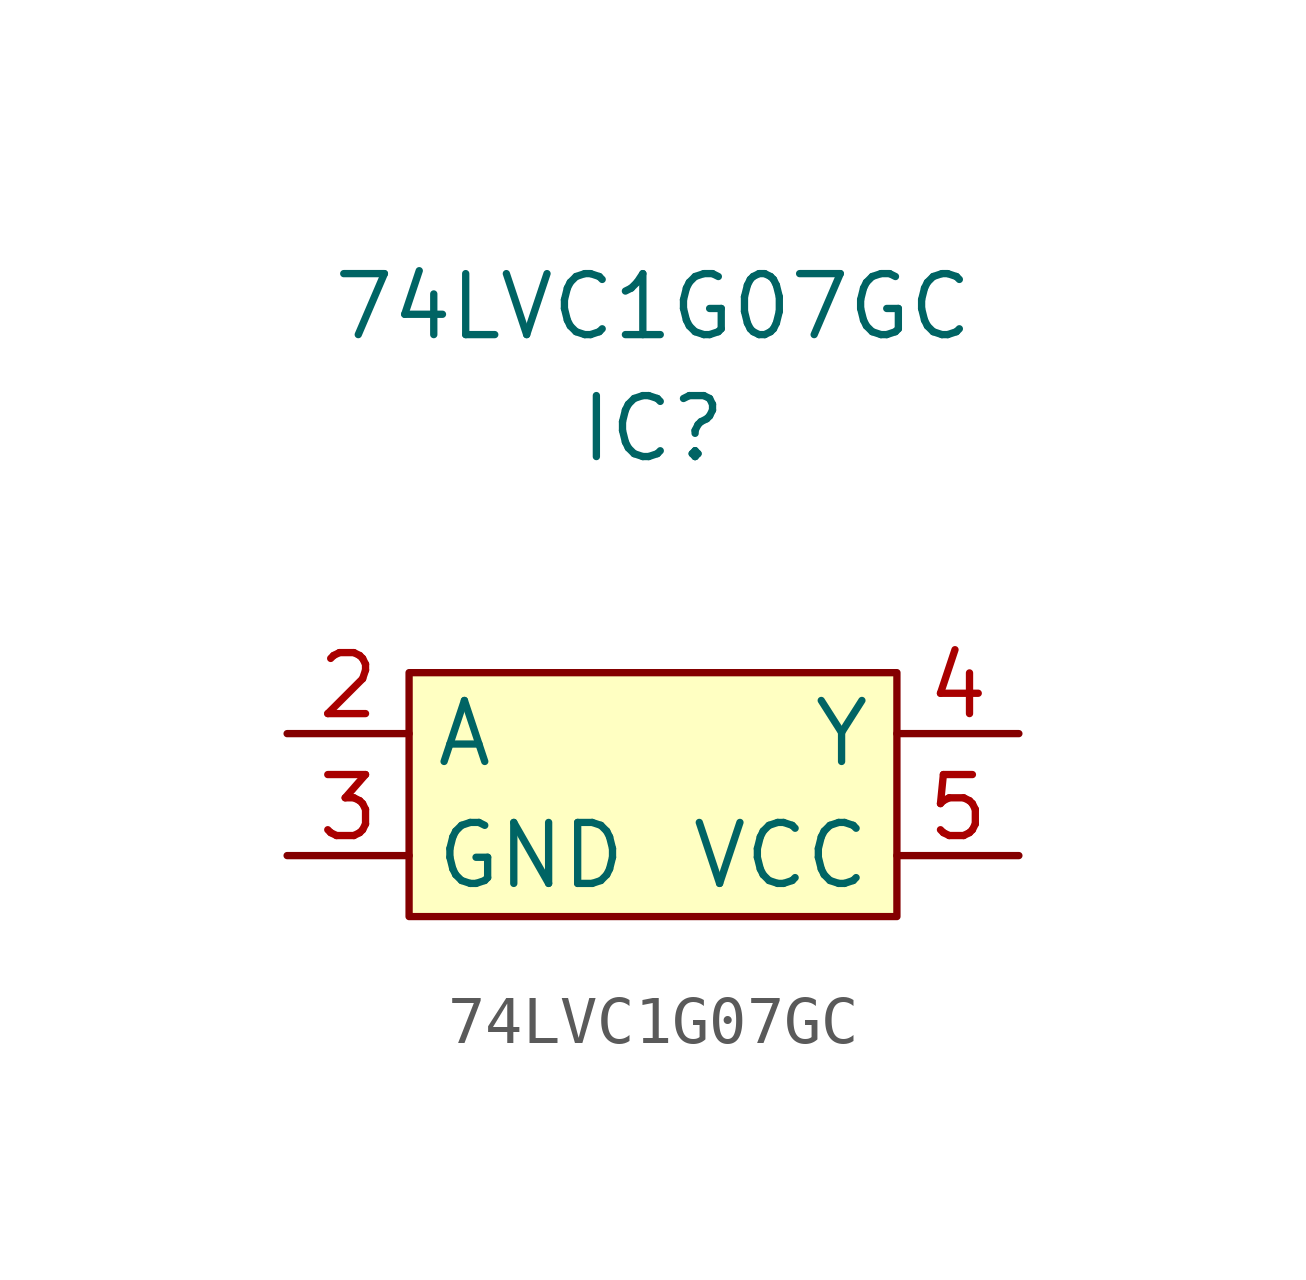
<source format=kicad_sym>
(kicad_symbol_lib
  (version 20211014)
  (generator kicad_symbol_editor)
  (symbol "74LVC1G07GC"
    (property "Reference" "IC"
      (at 0 0 0)
      (effects (font (size 1.27 1.27))))
    (property "Value" "74LVC1G07GC"
      (at 0 2.54 0)
      (effects (font (size 1.27 1.27))))
    (symbol "74LVC1G07GC_0_1"
      (rectangle (start -5.08 -5.08) (end 5.08 -10.16) (stroke (width 0) (type default) (color 0 0 0 0)) (fill (type background))))
    (symbol "74LVC1G07GC_1_1"
      (pin input line (at 0 -5.08 90) (length 2.54) hide (name "n.c." (effects (font (size 1.27 1.27)))) (number "1" (effects (font (size 1.27 1.27)))))
      (pin input line (at -7.62 -6.35 0) (length 2.54) (name "A" (effects (font (size 1.27 1.27)))) (number "2" (effects (font (size 1.27 1.27)))))
      (pin input line (at -7.62 -8.89 0) (length 2.54) (name "GND" (effects (font (size 1.27 1.27)))) (number "3" (effects (font (size 1.27 1.27)))))
      (pin input line (at 7.62 -6.35 180) (length 2.54) (name "Y" (effects (font (size 1.27 1.27)))) (number "4" (effects (font (size 1.27 1.27)))))
      (pin input line (at 7.62 -8.89 180) (length 2.54) (name "VCC" (effects (font (size 1.27 1.27)))) (number "5" (effects (font (size 1.27 1.27))))))))
</source>
